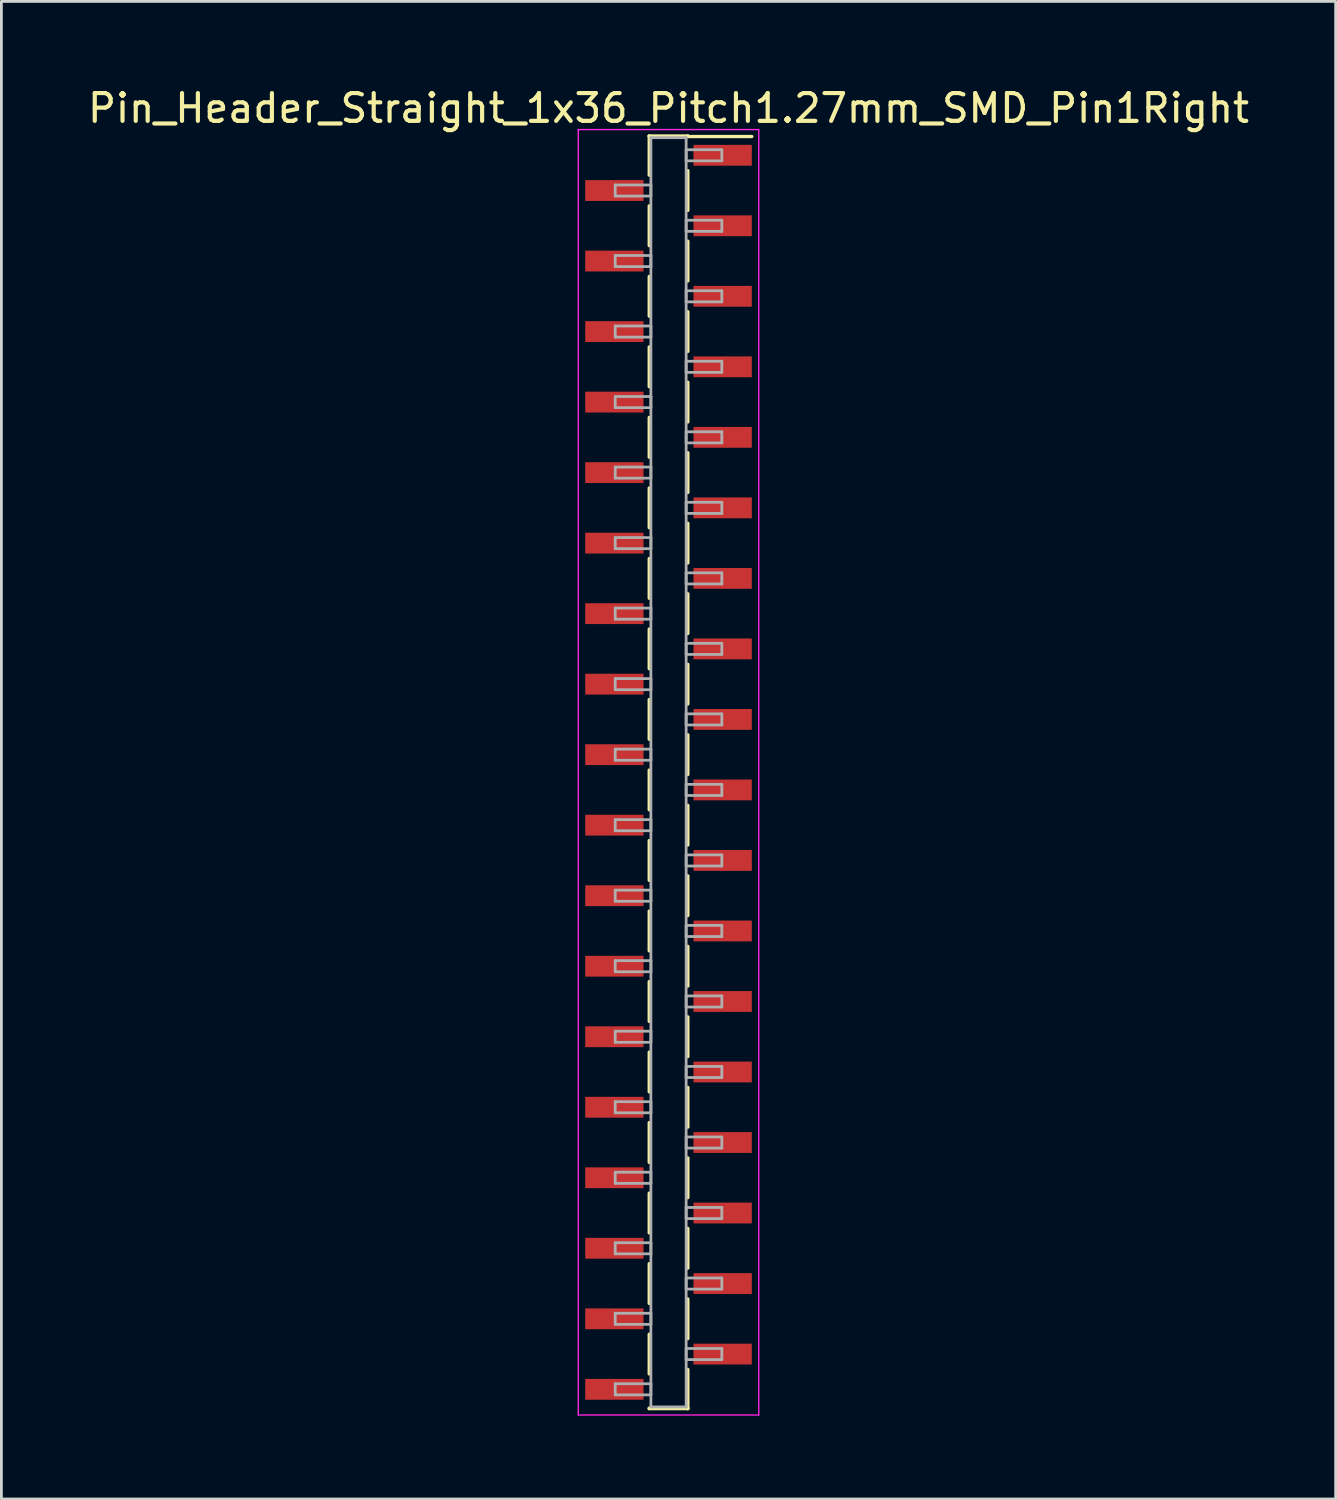
<source format=kicad_pcb>
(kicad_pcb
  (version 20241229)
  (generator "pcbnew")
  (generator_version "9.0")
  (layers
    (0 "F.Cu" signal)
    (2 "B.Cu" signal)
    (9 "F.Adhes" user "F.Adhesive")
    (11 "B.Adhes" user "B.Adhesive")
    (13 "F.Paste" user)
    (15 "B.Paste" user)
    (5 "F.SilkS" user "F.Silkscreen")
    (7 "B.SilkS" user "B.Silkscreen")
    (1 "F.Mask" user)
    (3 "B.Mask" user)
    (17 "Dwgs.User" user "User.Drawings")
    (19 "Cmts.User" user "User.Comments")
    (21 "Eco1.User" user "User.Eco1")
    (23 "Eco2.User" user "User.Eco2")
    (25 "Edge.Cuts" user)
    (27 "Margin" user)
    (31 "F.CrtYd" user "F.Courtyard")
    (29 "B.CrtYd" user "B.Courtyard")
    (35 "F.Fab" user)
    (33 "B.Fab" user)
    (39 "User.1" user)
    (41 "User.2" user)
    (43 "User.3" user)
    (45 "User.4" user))
  (footprint "Pin_Header_Straight_1x36_Pitch1.27mm_SMD_Pin1Right"
    (layer "F.Cu")
    (at 21.03 24.768)
    (property "Reference" "Pin_Header_Straight_1x36_Pitch1.27mm_SMD_Pin1Right" (at 0 -23.92 0) (layer "F.SilkS") (effects (font (size 1 1) (thickness 0.15))))
    (attr smd)
    (fp_line (start -0.695 -22.92) (end -0.695 -21.51) (stroke (width 0.12) (type solid)) (layer "F.SilkS"))
    (fp_line (start -0.695 -22.92) (end 0.695 -22.92) (stroke (width 0.12) (type solid)) (layer "F.SilkS"))
    (fp_line (start -0.695 -22.9) (end -0.695 -22.92) (stroke (width 0.12) (type solid)) (layer "F.SilkS"))
    (fp_line (start -0.695 -20.4) (end -0.695 -18.97) (stroke (width 0.12) (type solid)) (layer "F.SilkS"))
    (fp_line (start -0.695 -17.86) (end -0.695 -16.43) (stroke (width 0.12) (type solid)) (layer "F.SilkS"))
    (fp_line (start -0.695 -15.32) (end -0.695 -13.89) (stroke (width 0.12) (type solid)) (layer "F.SilkS"))
    (fp_line (start -0.695 -12.78) (end -0.695 -11.35) (stroke (width 0.12) (type solid)) (layer "F.SilkS"))
    (fp_line (start -0.695 -10.24) (end -0.695 -8.81) (stroke (width 0.12) (type solid)) (layer "F.SilkS"))
    (fp_line (start -0.695 -7.7) (end -0.695 -6.27) (stroke (width 0.12) (type solid)) (layer "F.SilkS"))
    (fp_line (start -0.695 -5.16) (end -0.695 -3.73) (stroke (width 0.12) (type solid)) (layer "F.SilkS"))
    (fp_line (start -0.695 -2.62) (end -0.695 -1.19) (stroke (width 0.12) (type solid)) (layer "F.SilkS"))
    (fp_line (start -0.695 -0.08) (end -0.695 1.35) (stroke (width 0.12) (type solid)) (layer "F.SilkS"))
    (fp_line (start -0.695 2.46) (end -0.695 3.89) (stroke (width 0.12) (type solid)) (layer "F.SilkS"))
    (fp_line (start -0.695 5) (end -0.695 6.43) (stroke (width 0.12) (type solid)) (layer "F.SilkS"))
    (fp_line (start -0.695 7.54) (end -0.695 8.97) (stroke (width 0.12) (type solid)) (layer "F.SilkS"))
    (fp_line (start -0.695 10.08) (end -0.695 11.51) (stroke (width 0.12) (type solid)) (layer "F.SilkS"))
    (fp_line (start -0.695 12.62) (end -0.695 14.05) (stroke (width 0.12) (type solid)) (layer "F.SilkS"))
    (fp_line (start -0.695 15.16) (end -0.695 16.59) (stroke (width 0.12) (type solid)) (layer "F.SilkS"))
    (fp_line (start -0.695 17.7) (end -0.695 19.13) (stroke (width 0.12) (type solid)) (layer "F.SilkS"))
    (fp_line (start -0.695 20.24) (end -0.695 21.67) (stroke (width 0.12) (type solid)) (layer "F.SilkS"))
    (fp_line (start -0.695 22.9) (end -0.695 22.92) (stroke (width 0.12) (type solid)) (layer "F.SilkS"))
    (fp_line (start -0.695 22.92) (end 0.695 22.92) (stroke (width 0.12) (type solid)) (layer "F.SilkS"))
    (fp_line (start 0.695 -22.92) (end 0.695 -22.9) (stroke (width 0.12) (type solid)) (layer "F.SilkS"))
    (fp_line (start 0.695 -22.9) (end 3 -22.9) (stroke (width 0.12) (type solid)) (layer "F.SilkS"))
    (fp_line (start 0.695 -21.67) (end 0.695 -20.24) (stroke (width 0.12) (type solid)) (layer "F.SilkS"))
    (fp_line (start 0.695 -19.13) (end 0.695 -17.7) (stroke (width 0.12) (type solid)) (layer "F.SilkS"))
    (fp_line (start 0.695 -16.59) (end 0.695 -15.16) (stroke (width 0.12) (type solid)) (layer "F.SilkS"))
    (fp_line (start 0.695 -14.05) (end 0.695 -12.62) (stroke (width 0.12) (type solid)) (layer "F.SilkS"))
    (fp_line (start 0.695 -11.51) (end 0.695 -10.08) (stroke (width 0.12) (type solid)) (layer "F.SilkS"))
    (fp_line (start 0.695 -8.97) (end 0.695 -7.54) (stroke (width 0.12) (type solid)) (layer "F.SilkS"))
    (fp_line (start 0.695 -6.43) (end 0.695 -5) (stroke (width 0.12) (type solid)) (layer "F.SilkS"))
    (fp_line (start 0.695 -3.89) (end 0.695 -2.46) (stroke (width 0.12) (type solid)) (layer "F.SilkS"))
    (fp_line (start 0.695 -1.35) (end 0.695 0.08) (stroke (width 0.12) (type solid)) (layer "F.SilkS"))
    (fp_line (start 0.695 1.19) (end 0.695 2.62) (stroke (width 0.12) (type solid)) (layer "F.SilkS"))
    (fp_line (start 0.695 3.73) (end 0.695 5.16) (stroke (width 0.12) (type solid)) (layer "F.SilkS"))
    (fp_line (start 0.695 6.27) (end 0.695 7.7) (stroke (width 0.12) (type solid)) (layer "F.SilkS"))
    (fp_line (start 0.695 8.81) (end 0.695 10.24) (stroke (width 0.12) (type solid)) (layer "F.SilkS"))
    (fp_line (start 0.695 11.35) (end 0.695 12.78) (stroke (width 0.12) (type solid)) (layer "F.SilkS"))
    (fp_line (start 0.695 13.89) (end 0.695 15.32) (stroke (width 0.12) (type solid)) (layer "F.SilkS"))
    (fp_line (start 0.695 16.43) (end 0.695 17.86) (stroke (width 0.12) (type solid)) (layer "F.SilkS"))
    (fp_line (start 0.695 18.97) (end 0.695 20.4) (stroke (width 0.12) (type solid)) (layer "F.SilkS"))
    (fp_line (start 0.695 21.51) (end 0.695 22.92) (stroke (width 0.12) (type solid)) (layer "F.SilkS"))
    (fp_line (start 0.695 22.92) (end 0.695 22.9) (stroke (width 0.12) (type solid)) (layer "F.SilkS"))
    (fp_line (start -3.25 -23.15) (end -3.25 23.15) (stroke (width 0.05) (type solid)) (layer "F.CrtYd"))
    (fp_line (start -3.25 23.15) (end 3.25 23.15) (stroke (width 0.05) (type solid)) (layer "F.CrtYd"))
    (fp_line (start 3.25 -23.15) (end -3.25 -23.15) (stroke (width 0.05) (type solid)) (layer "F.CrtYd"))
    (fp_line (start 3.25 23.15) (end 3.25 -23.15) (stroke (width 0.05) (type solid)) (layer "F.CrtYd"))
    (fp_line (start -1.92 -21.155) (end -0.635 -21.155) (stroke (width 0.1) (type solid)) (layer "F.Fab"))
    (fp_line (start -1.92 -20.755) (end -1.92 -21.155) (stroke (width 0.1) (type solid)) (layer "F.Fab"))
    (fp_line (start -1.92 -18.615) (end -0.635 -18.615) (stroke (width 0.1) (type solid)) (layer "F.Fab"))
    (fp_line (start -1.92 -18.215) (end -1.92 -18.615) (stroke (width 0.1) (type solid)) (layer "F.Fab"))
    (fp_line (start -1.92 -16.075) (end -0.635 -16.075) (stroke (width 0.1) (type solid)) (layer "F.Fab"))
    (fp_line (start -1.92 -15.675) (end -1.92 -16.075) (stroke (width 0.1) (type solid)) (layer "F.Fab"))
    (fp_line (start -1.92 -13.535) (end -0.635 -13.535) (stroke (width 0.1) (type solid)) (layer "F.Fab"))
    (fp_line (start -1.92 -13.135) (end -1.92 -13.535) (stroke (width 0.1) (type solid)) (layer "F.Fab"))
    (fp_line (start -1.92 -10.995) (end -0.635 -10.995) (stroke (width 0.1) (type solid)) (layer "F.Fab"))
    (fp_line (start -1.92 -10.595) (end -1.92 -10.995) (stroke (width 0.1) (type solid)) (layer "F.Fab"))
    (fp_line (start -1.92 -8.455) (end -0.635 -8.455) (stroke (width 0.1) (type solid)) (layer "F.Fab"))
    (fp_line (start -1.92 -8.055) (end -1.92 -8.455) (stroke (width 0.1) (type solid)) (layer "F.Fab"))
    (fp_line (start -1.92 -5.915) (end -0.635 -5.915) (stroke (width 0.1) (type solid)) (layer "F.Fab"))
    (fp_line (start -1.92 -5.515) (end -1.92 -5.915) (stroke (width 0.1) (type solid)) (layer "F.Fab"))
    (fp_line (start -1.92 -3.375) (end -0.635 -3.375) (stroke (width 0.1) (type solid)) (layer "F.Fab"))
    (fp_line (start -1.92 -2.975) (end -1.92 -3.375) (stroke (width 0.1) (type solid)) (layer "F.Fab"))
    (fp_line (start -1.92 -0.835) (end -0.635 -0.835) (stroke (width 0.1) (type solid)) (layer "F.Fab"))
    (fp_line (start -1.92 -0.435) (end -1.92 -0.835) (stroke (width 0.1) (type solid)) (layer "F.Fab"))
    (fp_line (start -1.92 1.705) (end -0.635 1.705) (stroke (width 0.1) (type solid)) (layer "F.Fab"))
    (fp_line (start -1.92 2.105) (end -1.92 1.705) (stroke (width 0.1) (type solid)) (layer "F.Fab"))
    (fp_line (start -1.92 4.245) (end -0.635 4.245) (stroke (width 0.1) (type solid)) (layer "F.Fab"))
    (fp_line (start -1.92 4.645) (end -1.92 4.245) (stroke (width 0.1) (type solid)) (layer "F.Fab"))
    (fp_line (start -1.92 6.785) (end -0.635 6.785) (stroke (width 0.1) (type solid)) (layer "F.Fab"))
    (fp_line (start -1.92 7.185) (end -1.92 6.785) (stroke (width 0.1) (type solid)) (layer "F.Fab"))
    (fp_line (start -1.92 9.325) (end -0.635 9.325) (stroke (width 0.1) (type solid)) (layer "F.Fab"))
    (fp_line (start -1.92 9.725) (end -1.92 9.325) (stroke (width 0.1) (type solid)) (layer "F.Fab"))
    (fp_line (start -1.92 11.865) (end -0.635 11.865) (stroke (width 0.1) (type solid)) (layer "F.Fab"))
    (fp_line (start -1.92 12.265) (end -1.92 11.865) (stroke (width 0.1) (type solid)) (layer "F.Fab"))
    (fp_line (start -1.92 14.405) (end -0.635 14.405) (stroke (width 0.1) (type solid)) (layer "F.Fab"))
    (fp_line (start -1.92 14.805) (end -1.92 14.405) (stroke (width 0.1) (type solid)) (layer "F.Fab"))
    (fp_line (start -1.92 16.945) (end -0.635 16.945) (stroke (width 0.1) (type solid)) (layer "F.Fab"))
    (fp_line (start -1.92 17.345) (end -1.92 16.945) (stroke (width 0.1) (type solid)) (layer "F.Fab"))
    (fp_line (start -1.92 19.485) (end -0.635 19.485) (stroke (width 0.1) (type solid)) (layer "F.Fab"))
    (fp_line (start -1.92 19.885) (end -1.92 19.485) (stroke (width 0.1) (type solid)) (layer "F.Fab"))
    (fp_line (start -1.92 22.025) (end -0.635 22.025) (stroke (width 0.1) (type solid)) (layer "F.Fab"))
    (fp_line (start -1.92 22.425) (end -1.92 22.025) (stroke (width 0.1) (type solid)) (layer "F.Fab"))
    (fp_line (start -0.635 -22.86) (end -0.635 22.86) (stroke (width 0.1) (type solid)) (layer "F.Fab"))
    (fp_line (start -0.635 -21.155) (end -0.635 -20.755) (stroke (width 0.1) (type solid)) (layer "F.Fab"))
    (fp_line (start -0.635 -20.755) (end -1.92 -20.755) (stroke (width 0.1) (type solid)) (layer "F.Fab"))
    (fp_line (start -0.635 -18.615) (end -0.635 -18.215) (stroke (width 0.1) (type solid)) (layer "F.Fab"))
    (fp_line (start -0.635 -18.215) (end -1.92 -18.215) (stroke (width 0.1) (type solid)) (layer "F.Fab"))
    (fp_line (start -0.635 -16.075) (end -0.635 -15.675) (stroke (width 0.1) (type solid)) (layer "F.Fab"))
    (fp_line (start -0.635 -15.675) (end -1.92 -15.675) (stroke (width 0.1) (type solid)) (layer "F.Fab"))
    (fp_line (start -0.635 -13.535) (end -0.635 -13.135) (stroke (width 0.1) (type solid)) (layer "F.Fab"))
    (fp_line (start -0.635 -13.135) (end -1.92 -13.135) (stroke (width 0.1) (type solid)) (layer "F.Fab"))
    (fp_line (start -0.635 -10.995) (end -0.635 -10.595) (stroke (width 0.1) (type solid)) (layer "F.Fab"))
    (fp_line (start -0.635 -10.595) (end -1.92 -10.595) (stroke (width 0.1) (type solid)) (layer "F.Fab"))
    (fp_line (start -0.635 -8.455) (end -0.635 -8.055) (stroke (width 0.1) (type solid)) (layer "F.Fab"))
    (fp_line (start -0.635 -8.055) (end -1.92 -8.055) (stroke (width 0.1) (type solid)) (layer "F.Fab"))
    (fp_line (start -0.635 -5.915) (end -0.635 -5.515) (stroke (width 0.1) (type solid)) (layer "F.Fab"))
    (fp_line (start -0.635 -5.515) (end -1.92 -5.515) (stroke (width 0.1) (type solid)) (layer "F.Fab"))
    (fp_line (start -0.635 -3.375) (end -0.635 -2.975) (stroke (width 0.1) (type solid)) (layer "F.Fab"))
    (fp_line (start -0.635 -2.975) (end -1.92 -2.975) (stroke (width 0.1) (type solid)) (layer "F.Fab"))
    (fp_line (start -0.635 -0.835) (end -0.635 -0.435) (stroke (width 0.1) (type solid)) (layer "F.Fab"))
    (fp_line (start -0.635 -0.435) (end -1.92 -0.435) (stroke (width 0.1) (type solid)) (layer "F.Fab"))
    (fp_line (start -0.635 1.705) (end -0.635 2.105) (stroke (width 0.1) (type solid)) (layer "F.Fab"))
    (fp_line (start -0.635 2.105) (end -1.92 2.105) (stroke (width 0.1) (type solid)) (layer "F.Fab"))
    (fp_line (start -0.635 4.245) (end -0.635 4.645) (stroke (width 0.1) (type solid)) (layer "F.Fab"))
    (fp_line (start -0.635 4.645) (end -1.92 4.645) (stroke (width 0.1) (type solid)) (layer "F.Fab"))
    (fp_line (start -0.635 6.785) (end -0.635 7.185) (stroke (width 0.1) (type solid)) (layer "F.Fab"))
    (fp_line (start -0.635 7.185) (end -1.92 7.185) (stroke (width 0.1) (type solid)) (layer "F.Fab"))
    (fp_line (start -0.635 9.325) (end -0.635 9.725) (stroke (width 0.1) (type solid)) (layer "F.Fab"))
    (fp_line (start -0.635 9.725) (end -1.92 9.725) (stroke (width 0.1) (type solid)) (layer "F.Fab"))
    (fp_line (start -0.635 11.865) (end -0.635 12.265) (stroke (width 0.1) (type solid)) (layer "F.Fab"))
    (fp_line (start -0.635 12.265) (end -1.92 12.265) (stroke (width 0.1) (type solid)) (layer "F.Fab"))
    (fp_line (start -0.635 14.405) (end -0.635 14.805) (stroke (width 0.1) (type solid)) (layer "F.Fab"))
    (fp_line (start -0.635 14.805) (end -1.92 14.805) (stroke (width 0.1) (type solid)) (layer "F.Fab"))
    (fp_line (start -0.635 16.945) (end -0.635 17.345) (stroke (width 0.1) (type solid)) (layer "F.Fab"))
    (fp_line (start -0.635 17.345) (end -1.92 17.345) (stroke (width 0.1) (type solid)) (layer "F.Fab"))
    (fp_line (start -0.635 19.485) (end -0.635 19.885) (stroke (width 0.1) (type solid)) (layer "F.Fab"))
    (fp_line (start -0.635 19.885) (end -1.92 19.885) (stroke (width 0.1) (type solid)) (layer "F.Fab"))
    (fp_line (start -0.635 22.025) (end -0.635 22.425) (stroke (width 0.1) (type solid)) (layer "F.Fab"))
    (fp_line (start -0.635 22.425) (end -1.92 22.425) (stroke (width 0.1) (type solid)) (layer "F.Fab"))
    (fp_line (start -0.635 22.86) (end 0.635 22.86) (stroke (width 0.1) (type solid)) (layer "F.Fab"))
    (fp_line (start 0.635 -22.86) (end -0.635 -22.86) (stroke (width 0.1) (type solid)) (layer "F.Fab"))
    (fp_line (start 0.635 -22.425) (end 0.635 -22.025) (stroke (width 0.1) (type solid)) (layer "F.Fab"))
    (fp_line (start 0.635 -22.025) (end 1.92 -22.025) (stroke (width 0.1) (type solid)) (layer "F.Fab"))
    (fp_line (start 0.635 -19.885) (end 0.635 -19.485) (stroke (width 0.1) (type solid)) (layer "F.Fab"))
    (fp_line (start 0.635 -19.485) (end 1.92 -19.485) (stroke (width 0.1) (type solid)) (layer "F.Fab"))
    (fp_line (start 0.635 -17.345) (end 0.635 -16.945) (stroke (width 0.1) (type solid)) (layer "F.Fab"))
    (fp_line (start 0.635 -16.945) (end 1.92 -16.945) (stroke (width 0.1) (type solid)) (layer "F.Fab"))
    (fp_line (start 0.635 -14.805) (end 0.635 -14.405) (stroke (width 0.1) (type solid)) (layer "F.Fab"))
    (fp_line (start 0.635 -14.405) (end 1.92 -14.405) (stroke (width 0.1) (type solid)) (layer "F.Fab"))
    (fp_line (start 0.635 -12.265) (end 0.635 -11.865) (stroke (width 0.1) (type solid)) (layer "F.Fab"))
    (fp_line (start 0.635 -11.865) (end 1.92 -11.865) (stroke (width 0.1) (type solid)) (layer "F.Fab"))
    (fp_line (start 0.635 -9.725) (end 0.635 -9.325) (stroke (width 0.1) (type solid)) (layer "F.Fab"))
    (fp_line (start 0.635 -9.325) (end 1.92 -9.325) (stroke (width 0.1) (type solid)) (layer "F.Fab"))
    (fp_line (start 0.635 -7.185) (end 0.635 -6.785) (stroke (width 0.1) (type solid)) (layer "F.Fab"))
    (fp_line (start 0.635 -6.785) (end 1.92 -6.785) (stroke (width 0.1) (type solid)) (layer "F.Fab"))
    (fp_line (start 0.635 -4.645) (end 0.635 -4.245) (stroke (width 0.1) (type solid)) (layer "F.Fab"))
    (fp_line (start 0.635 -4.245) (end 1.92 -4.245) (stroke (width 0.1) (type solid)) (layer "F.Fab"))
    (fp_line (start 0.635 -2.105) (end 0.635 -1.705) (stroke (width 0.1) (type solid)) (layer "F.Fab"))
    (fp_line (start 0.635 -1.705) (end 1.92 -1.705) (stroke (width 0.1) (type solid)) (layer "F.Fab"))
    (fp_line (start 0.635 0.435) (end 0.635 0.835) (stroke (width 0.1) (type solid)) (layer "F.Fab"))
    (fp_line (start 0.635 0.835) (end 1.92 0.835) (stroke (width 0.1) (type solid)) (layer "F.Fab"))
    (fp_line (start 0.635 2.975) (end 0.635 3.375) (stroke (width 0.1) (type solid)) (layer "F.Fab"))
    (fp_line (start 0.635 3.375) (end 1.92 3.375) (stroke (width 0.1) (type solid)) (layer "F.Fab"))
    (fp_line (start 0.635 5.515) (end 0.635 5.915) (stroke (width 0.1) (type solid)) (layer "F.Fab"))
    (fp_line (start 0.635 5.915) (end 1.92 5.915) (stroke (width 0.1) (type solid)) (layer "F.Fab"))
    (fp_line (start 0.635 8.055) (end 0.635 8.455) (stroke (width 0.1) (type solid)) (layer "F.Fab"))
    (fp_line (start 0.635 8.455) (end 1.92 8.455) (stroke (width 0.1) (type solid)) (layer "F.Fab"))
    (fp_line (start 0.635 10.595) (end 0.635 10.995) (stroke (width 0.1) (type solid)) (layer "F.Fab"))
    (fp_line (start 0.635 10.995) (end 1.92 10.995) (stroke (width 0.1) (type solid)) (layer "F.Fab"))
    (fp_line (start 0.635 13.135) (end 0.635 13.535) (stroke (width 0.1) (type solid)) (layer "F.Fab"))
    (fp_line (start 0.635 13.535) (end 1.92 13.535) (stroke (width 0.1) (type solid)) (layer "F.Fab"))
    (fp_line (start 0.635 15.675) (end 0.635 16.075) (stroke (width 0.1) (type solid)) (layer "F.Fab"))
    (fp_line (start 0.635 16.075) (end 1.92 16.075) (stroke (width 0.1) (type solid)) (layer "F.Fab"))
    (fp_line (start 0.635 18.215) (end 0.635 18.615) (stroke (width 0.1) (type solid)) (layer "F.Fab"))
    (fp_line (start 0.635 18.615) (end 1.92 18.615) (stroke (width 0.1) (type solid)) (layer "F.Fab"))
    (fp_line (start 0.635 20.755) (end 0.635 21.155) (stroke (width 0.1) (type solid)) (layer "F.Fab"))
    (fp_line (start 0.635 21.155) (end 1.92 21.155) (stroke (width 0.1) (type solid)) (layer "F.Fab"))
    (fp_line (start 0.635 22.86) (end 0.635 -22.86) (stroke (width 0.1) (type solid)) (layer "F.Fab"))
    (fp_line (start 1.92 -22.425) (end 0.635 -22.425) (stroke (width 0.1) (type solid)) (layer "F.Fab"))
    (fp_line (start 1.92 -22.025) (end 1.92 -22.425) (stroke (width 0.1) (type solid)) (layer "F.Fab"))
    (fp_line (start 1.92 -19.885) (end 0.635 -19.885) (stroke (width 0.1) (type solid)) (layer "F.Fab"))
    (fp_line (start 1.92 -19.485) (end 1.92 -19.885) (stroke (width 0.1) (type solid)) (layer "F.Fab"))
    (fp_line (start 1.92 -17.345) (end 0.635 -17.345) (stroke (width 0.1) (type solid)) (layer "F.Fab"))
    (fp_line (start 1.92 -16.945) (end 1.92 -17.345) (stroke (width 0.1) (type solid)) (layer "F.Fab"))
    (fp_line (start 1.92 -14.805) (end 0.635 -14.805) (stroke (width 0.1) (type solid)) (layer "F.Fab"))
    (fp_line (start 1.92 -14.405) (end 1.92 -14.805) (stroke (width 0.1) (type solid)) (layer "F.Fab"))
    (fp_line (start 1.92 -12.265) (end 0.635 -12.265) (stroke (width 0.1) (type solid)) (layer "F.Fab"))
    (fp_line (start 1.92 -11.865) (end 1.92 -12.265) (stroke (width 0.1) (type solid)) (layer "F.Fab"))
    (fp_line (start 1.92 -9.725) (end 0.635 -9.725) (stroke (width 0.1) (type solid)) (layer "F.Fab"))
    (fp_line (start 1.92 -9.325) (end 1.92 -9.725) (stroke (width 0.1) (type solid)) (layer "F.Fab"))
    (fp_line (start 1.92 -7.185) (end 0.635 -7.185) (stroke (width 0.1) (type solid)) (layer "F.Fab"))
    (fp_line (start 1.92 -6.785) (end 1.92 -7.185) (stroke (width 0.1) (type solid)) (layer "F.Fab"))
    (fp_line (start 1.92 -4.645) (end 0.635 -4.645) (stroke (width 0.1) (type solid)) (layer "F.Fab"))
    (fp_line (start 1.92 -4.245) (end 1.92 -4.645) (stroke (width 0.1) (type solid)) (layer "F.Fab"))
    (fp_line (start 1.92 -2.105) (end 0.635 -2.105) (stroke (width 0.1) (type solid)) (layer "F.Fab"))
    (fp_line (start 1.92 -1.705) (end 1.92 -2.105) (stroke (width 0.1) (type solid)) (layer "F.Fab"))
    (fp_line (start 1.92 0.435) (end 0.635 0.435) (stroke (width 0.1) (type solid)) (layer "F.Fab"))
    (fp_line (start 1.92 0.835) (end 1.92 0.435) (stroke (width 0.1) (type solid)) (layer "F.Fab"))
    (fp_line (start 1.92 2.975) (end 0.635 2.975) (stroke (width 0.1) (type solid)) (layer "F.Fab"))
    (fp_line (start 1.92 3.375) (end 1.92 2.975) (stroke (width 0.1) (type solid)) (layer "F.Fab"))
    (fp_line (start 1.92 5.515) (end 0.635 5.515) (stroke (width 0.1) (type solid)) (layer "F.Fab"))
    (fp_line (start 1.92 5.915) (end 1.92 5.515) (stroke (width 0.1) (type solid)) (layer "F.Fab"))
    (fp_line (start 1.92 8.055) (end 0.635 8.055) (stroke (width 0.1) (type solid)) (layer "F.Fab"))
    (fp_line (start 1.92 8.455) (end 1.92 8.055) (stroke (width 0.1) (type solid)) (layer "F.Fab"))
    (fp_line (start 1.92 10.595) (end 0.635 10.595) (stroke (width 0.1) (type solid)) (layer "F.Fab"))
    (fp_line (start 1.92 10.995) (end 1.92 10.595) (stroke (width 0.1) (type solid)) (layer "F.Fab"))
    (fp_line (start 1.92 13.135) (end 0.635 13.135) (stroke (width 0.1) (type solid)) (layer "F.Fab"))
    (fp_line (start 1.92 13.535) (end 1.92 13.135) (stroke (width 0.1) (type solid)) (layer "F.Fab"))
    (fp_line (start 1.92 15.675) (end 0.635 15.675) (stroke (width 0.1) (type solid)) (layer "F.Fab"))
    (fp_line (start 1.92 16.075) (end 1.92 15.675) (stroke (width 0.1) (type solid)) (layer "F.Fab"))
    (fp_line (start 1.92 18.215) (end 0.635 18.215) (stroke (width 0.1) (type solid)) (layer "F.Fab"))
    (fp_line (start 1.92 18.615) (end 1.92 18.215) (stroke (width 0.1) (type solid)) (layer "F.Fab"))
    (fp_line (start 1.92 20.755) (end 0.635 20.755) (stroke (width 0.1) (type solid)) (layer "F.Fab"))
    (fp_line (start 1.92 21.155) (end 1.92 20.755) (stroke (width 0.1) (type solid)) (layer "F.Fab"))
    (pad "1" smd rect (at 1.95 -22.225) (size 2.1 0.75) (layers "F.Cu" "F.Mask"))
    (pad "2" smd rect (at -1.95 -20.955) (size 2.1 0.75) (layers "F.Cu" "F.Mask"))
    (pad "3" smd rect (at 1.95 -19.685) (size 2.1 0.75) (layers "F.Cu" "F.Mask"))
    (pad "4" smd rect (at -1.95 -18.415) (size 2.1 0.75) (layers "F.Cu" "F.Mask"))
    (pad "5" smd rect (at 1.95 -17.145) (size 2.1 0.75) (layers "F.Cu" "F.Mask"))
    (pad "6" smd rect (at -1.95 -15.875) (size 2.1 0.75) (layers "F.Cu" "F.Mask"))
    (pad "7" smd rect (at 1.95 -14.605) (size 2.1 0.75) (layers "F.Cu" "F.Mask"))
    (pad "8" smd rect (at -1.95 -13.335) (size 2.1 0.75) (layers "F.Cu" "F.Mask"))
    (pad "9" smd rect (at 1.95 -12.065) (size 2.1 0.75) (layers "F.Cu" "F.Mask"))
    (pad "10" smd rect (at -1.95 -10.795) (size 2.1 0.75) (layers "F.Cu" "F.Mask"))
    (pad "11" smd rect (at 1.95 -9.525) (size 2.1 0.75) (layers "F.Cu" "F.Mask"))
    (pad "12" smd rect (at -1.95 -8.255) (size 2.1 0.75) (layers "F.Cu" "F.Mask"))
    (pad "13" smd rect (at 1.95 -6.985) (size 2.1 0.75) (layers "F.Cu" "F.Mask"))
    (pad "14" smd rect (at -1.95 -5.715) (size 2.1 0.75) (layers "F.Cu" "F.Mask"))
    (pad "15" smd rect (at 1.95 -4.445) (size 2.1 0.75) (layers "F.Cu" "F.Mask"))
    (pad "16" smd rect (at -1.95 -3.175) (size 2.1 0.75) (layers "F.Cu" "F.Mask"))
    (pad "17" smd rect (at 1.95 -1.905) (size 2.1 0.75) (layers "F.Cu" "F.Mask"))
    (pad "18" smd rect (at -1.95 -0.635) (size 2.1 0.75) (layers "F.Cu" "F.Mask"))
    (pad "19" smd rect (at 1.95 0.635) (size 2.1 0.75) (layers "F.Cu" "F.Mask"))
    (pad "20" smd rect (at -1.95 1.905) (size 2.1 0.75) (layers "F.Cu" "F.Mask"))
    (pad "21" smd rect (at 1.95 3.175) (size 2.1 0.75) (layers "F.Cu" "F.Mask"))
    (pad "22" smd rect (at -1.95 4.445) (size 2.1 0.75) (layers "F.Cu" "F.Mask"))
    (pad "23" smd rect (at 1.95 5.715) (size 2.1 0.75) (layers "F.Cu" "F.Mask"))
    (pad "24" smd rect (at -1.95 6.985) (size 2.1 0.75) (layers "F.Cu" "F.Mask"))
    (pad "25" smd rect (at 1.95 8.255) (size 2.1 0.75) (layers "F.Cu" "F.Mask"))
    (pad "26" smd rect (at -1.95 9.525) (size 2.1 0.75) (layers "F.Cu" "F.Mask"))
    (pad "27" smd rect (at 1.95 10.795) (size 2.1 0.75) (layers "F.Cu" "F.Mask"))
    (pad "28" smd rect (at -1.95 12.065) (size 2.1 0.75) (layers "F.Cu" "F.Mask"))
    (pad "29" smd rect (at 1.95 13.335) (size 2.1 0.75) (layers "F.Cu" "F.Mask"))
    (pad "30" smd rect (at -1.95 14.605) (size 2.1 0.75) (layers "F.Cu" "F.Mask"))
    (pad "31" smd rect (at 1.95 15.875) (size 2.1 0.75) (layers "F.Cu" "F.Mask"))
    (pad "32" smd rect (at -1.95 17.145) (size 2.1 0.75) (layers "F.Cu" "F.Mask"))
    (pad "33" smd rect (at 1.95 18.415) (size 2.1 0.75) (layers "F.Cu" "F.Mask"))
    (pad "34" smd rect (at -1.95 19.685) (size 2.1 0.75) (layers "F.Cu" "F.Mask"))
    (pad "35" smd rect (at 1.95 20.955) (size 2.1 0.75) (layers "F.Cu" "F.Mask"))
    (pad "36" smd rect (at -1.95 22.225) (size 2.1 0.75) (layers "F.Cu" "F.Mask")))
  (gr_rect
    (start -3 -3)
    (end 45.06 50.943)
    (stroke (width 0.1) (type default))
    (fill no)
    (layer "Edge.Cuts")))
</source>
